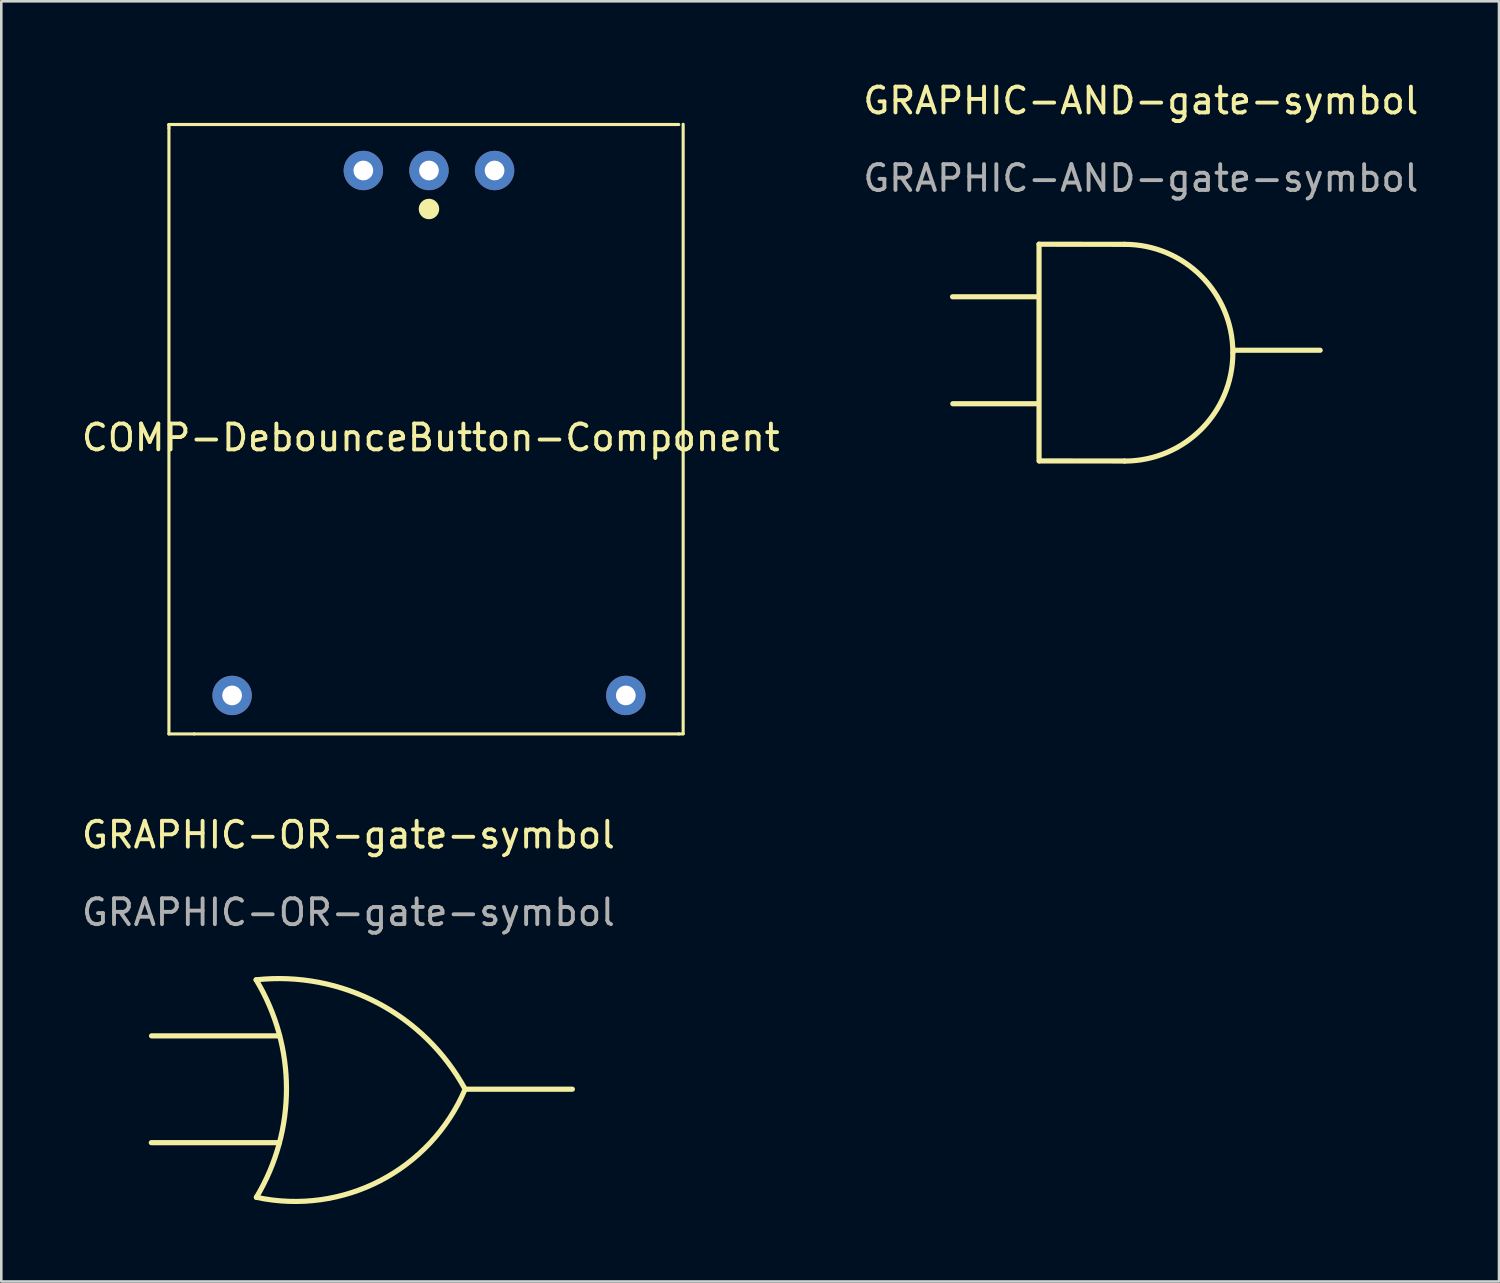
<source format=kicad_pcb>
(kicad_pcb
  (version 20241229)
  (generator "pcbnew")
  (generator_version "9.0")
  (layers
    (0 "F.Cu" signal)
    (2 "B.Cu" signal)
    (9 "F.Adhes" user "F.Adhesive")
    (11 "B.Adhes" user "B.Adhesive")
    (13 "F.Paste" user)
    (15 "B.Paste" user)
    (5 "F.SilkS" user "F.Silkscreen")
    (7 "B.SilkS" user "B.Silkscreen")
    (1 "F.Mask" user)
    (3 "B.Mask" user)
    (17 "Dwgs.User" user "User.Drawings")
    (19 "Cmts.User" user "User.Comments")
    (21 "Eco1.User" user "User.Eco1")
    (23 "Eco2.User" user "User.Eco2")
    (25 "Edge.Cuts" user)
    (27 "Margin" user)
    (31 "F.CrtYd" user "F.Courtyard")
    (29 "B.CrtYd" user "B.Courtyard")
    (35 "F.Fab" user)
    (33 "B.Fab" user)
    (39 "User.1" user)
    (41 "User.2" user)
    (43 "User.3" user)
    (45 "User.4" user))
  (footprint "COMP-DebounceButton-Component"
    (layer "F.Cu")
    (at 10.855 0.25)
    (property "Reference" "COMP-DebounceButton-Component" (at 2.77 13.64 0) (layer "F.SilkS") (effects (font (size 1 1) (thickness 0.15))))
    (attr through_hole)
    (fp_line (start -7.366 1.52) (end -6.39 1.52) (stroke (width 0.12) (type solid)) (layer "F.SilkS"))
    (fp_line (start -7.366 1.53) (end -7.366 1.52) (stroke (width 0.12) (type solid)) (layer "F.SilkS"))
    (fp_line (start -7.366 1.55) (end -7.366 1.53) (stroke (width 0.12) (type solid)) (layer "F.SilkS"))
    (fp_line (start -7.366 1.66) (end -7.366 1.55) (stroke (width 0.12) (type solid)) (layer "F.SilkS"))
    (fp_line (start -7.366 25.11) (end -7.366 1.66) (stroke (width 0.12) (type solid)) (layer "F.SilkS"))
    (fp_line (start -7.366 25.11) (end -6.39 25.11) (stroke (width 0.12) (type solid)) (layer "F.SilkS"))
    (fp_line (start -6.39 1.52) (end 2.7 1.52) (stroke (width 0.12) (type solid)) (layer "F.SilkS"))
    (fp_line (start 2.7 1.52) (end 10.21 1.52) (stroke (width 0.12) (type solid)) (layer "F.SilkS"))
    (fp_line (start 10.21 1.52) (end 12.37 1.52) (stroke (width 0.12) (type solid)) (layer "F.SilkS"))
    (fp_line (start 12.37 25.11) (end -6.39 25.11) (stroke (width 0.12) (type solid)) (layer "F.SilkS"))
    (fp_line (start 12.37 25.11) (end 12.54 25.11) (stroke (width 0.12) (type solid)) (layer "F.SilkS"))
    (fp_line (start 12.54 1.51) (end 12.54 25.1) (stroke (width 0.12) (type solid)) (layer "F.SilkS"))
    (fp_circle (center 2.7 4.79) (end 3.036 4.79) (stroke (width 0.12) (type solid)) (fill yes) (layer "F.SilkS"))
    (pad "" thru_hole circle (at 0.16 3.3) (size 1.524 1.524) (drill 0.762) (layers "*.Cu" "*.Mask"))
    (pad "" thru_hole circle (at 5.24 3.3) (size 1.524 1.524) (drill 0.762) (layers "*.Cu" "*.Mask"))
    (pad "1" thru_hole circle (at -4.92 23.62) (size 1.524 1.524) (drill 0.762) (layers "*.Cu" "*.Mask"))
    (pad "2" thru_hole circle (at 10.32 23.62) (size 1.524 1.524) (drill 0.762) (layers "*.Cu" "*.Mask"))
    (pad "3" thru_hole circle (at 2.7 3.3) (size 1.524 1.524) (drill 0.762) (layers "*.Cu" "*.Mask")))
  (footprint "GRAPHIC-OR-gate-symbol"
    (layer "F.Cu")
    (at 10.435 29.768)
    (property "Reference" "GRAPHIC-OR-gate-symbol" (at 0 -0.5 0) (unlocked yes) (layer "F.SilkS") (effects (font (size 1 1) (thickness 0.15))))
    (fp_line (start -2.67 11.414) (end -7.629 11.414) (stroke (width 0.2) (type solid)) (layer "F.SilkS"))
    (fp_line (start -2.66 7.28) (end -7.619 7.28) (stroke (width 0.2) (type solid)) (layer "F.SilkS"))
    (fp_line (start 8.671 9.344) (end 4.551 9.344) (stroke (width 0.2) (type solid)) (layer "F.SilkS"))
    (fp_arc (start -3.57 5.11) (mid -2.395485 9.318611) (end -3.56 13.53) (stroke (width 0.2) (type solid)) (layer "F.SilkS"))
    (fp_arc (start -3.57 5.11) (mid 1.118155 5.99791) (end 4.52 9.343749) (stroke (width 0.2) (type solid)) (layer "F.SilkS"))
    (fp_arc (start 4.52 9.343749) (mid 1.231509 12.887382) (end -3.56 13.53) (stroke (width 0.2) (type solid)) (layer "F.SilkS"))
    (fp_text user "${REFERENCE}" (at 0 2.5 0) (unlocked yes) (layer "F.Fab") (effects (font (size 1 1) (thickness 0.15)))))
  (footprint "GRAPHIC-AND-gate-symbol"
    (layer "F.Cu")
    (at 41.113 1.348)
    (property "Reference" "GRAPHIC-AND-gate-symbol" (at 0 -0.5 0) (unlocked yes) (layer "F.SilkS") (effects (font (size 1 1) (thickness 0.15))))
    (fp_line (start -3.97 7.09) (end -7.29 7.09) (stroke (width 0.2) (type solid)) (layer "F.SilkS"))
    (fp_line (start -3.96 11.23) (end -7.28 11.23) (stroke (width 0.2) (type solid)) (layer "F.SilkS"))
    (fp_line (start -3.942 5.056) (end -0.63 5.06) (stroke (width 0.2) (type solid)) (layer "F.SilkS"))
    (fp_line (start -3.942 13.444) (end -3.942 5.056) (stroke (width 0.2) (type solid)) (layer "F.SilkS"))
    (fp_line (start -3.93 13.444) (end -0.63 13.447) (stroke (width 0.2) (type solid)) (layer "F.SilkS"))
    (fp_line (start 6.94 9.16) (end 3.62 9.16) (stroke (width 0.2) (type solid)) (layer "F.SilkS"))
    (fp_arc (start -0.63 5.06) (mid 2.332777 6.287223) (end 3.56 9.25) (stroke (width 0.2) (type solid)) (layer "F.SilkS"))
    (fp_arc (start 3.56 9.26) (mid 2.332777 12.222777) (end -0.63 13.45) (stroke (width 0.2) (type solid)) (layer "F.SilkS"))
    (fp_text user "${REFERENCE}" (at 0 2.5 0) (unlocked yes) (layer "F.Fab") (effects (font (size 1 1) (thickness 0.15)))))
  (gr_rect
    (start -3 -3)
    (end 54.976 46.557)
    (stroke (width 0.1) (type default))
    (fill no)
    (layer "Edge.Cuts")))
</source>
